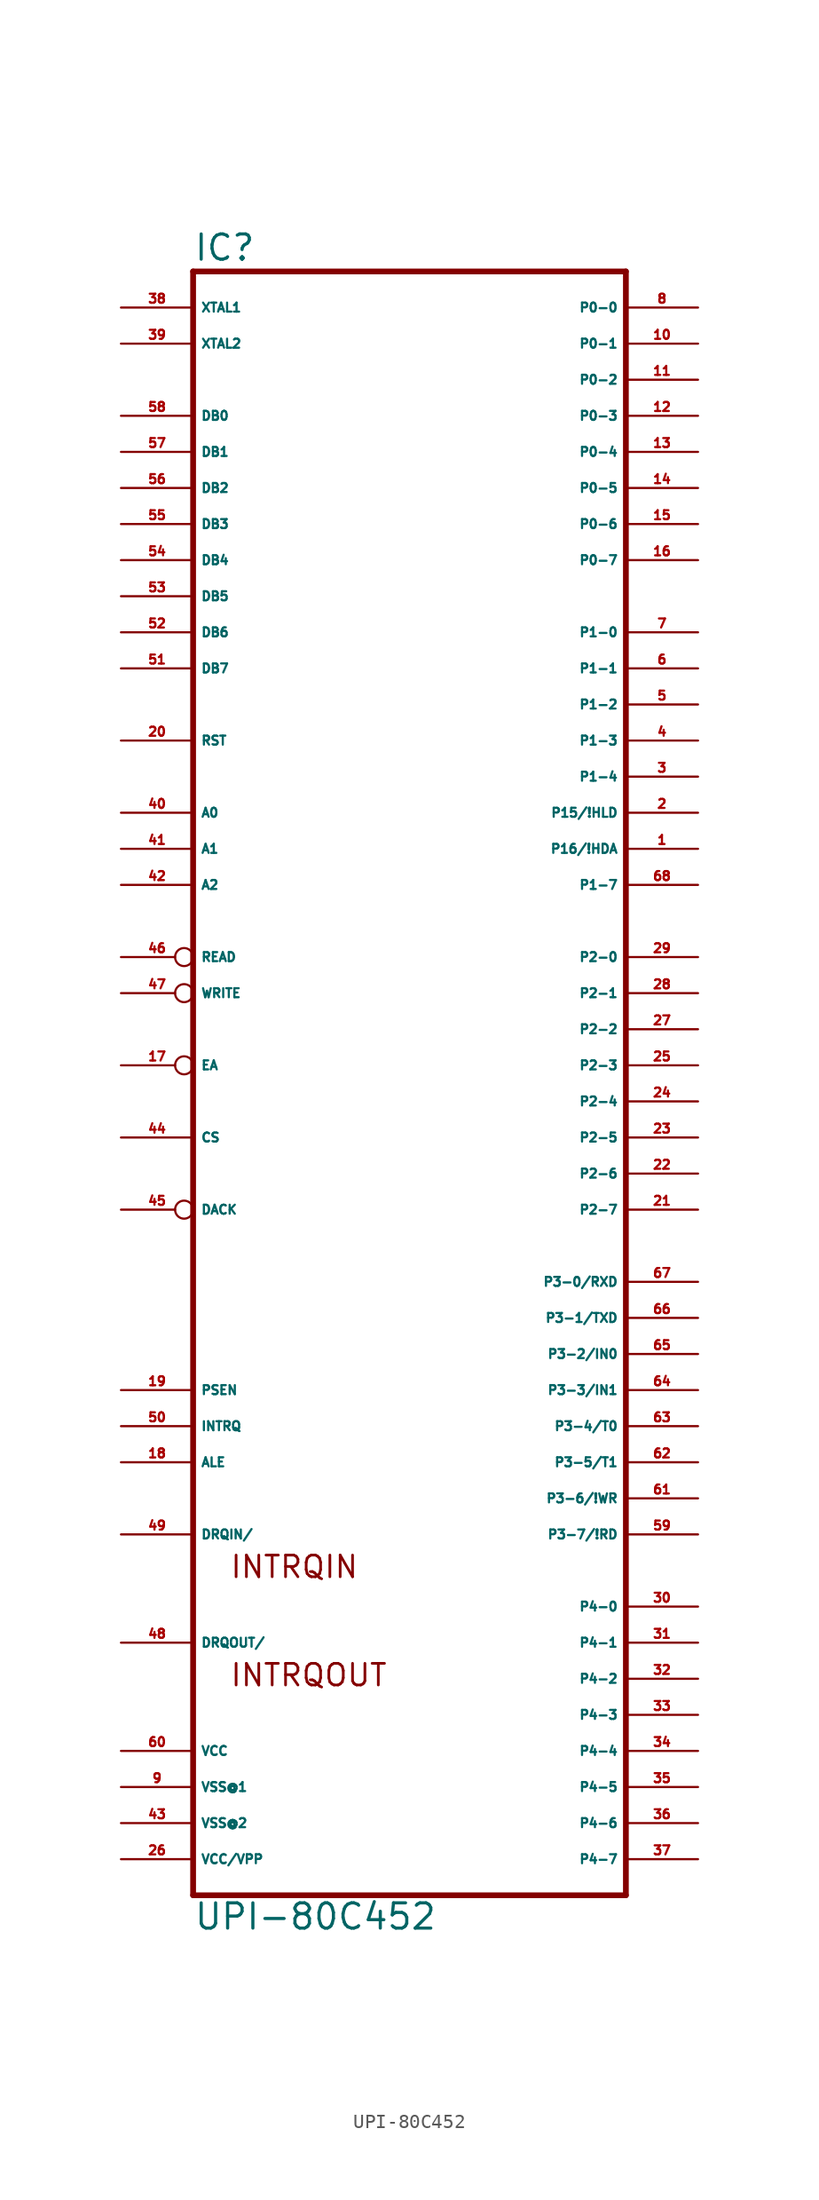
<source format=kicad_sym>
(kicad_symbol_lib
  (version 20220914)
  (generator Eagle2Kicad)
  (symbol "UPI-80C452"
    (property "Reference" "IC"
      (at -15.24 53.975 0)
      (effects (font (size 1.778 1.778) (thickness 0.22)) (justify left bottom)))
    (property "Value" "UPI-80C452"
      (at -15.24 -63.5 0)
      (effects (font (size 1.778 1.778) (thickness 0.22)) (justify left bottom)))
    (polyline
      (pts (xy -15.24 -60.96) (xy 15.24 -60.96))
      (stroke (width 0.406) (type default))
      (fill (type none)))
    (polyline
      (pts (xy 15.24 53.34) (xy 15.24 -60.96))
      (stroke (width 0.406) (type default))
      (fill (type none)))
    (polyline
      (pts (xy 15.24 53.34) (xy -15.24 53.34))
      (stroke (width 0.406) (type default))
      (fill (type none)))
    (polyline
      (pts (xy -15.24 -60.96) (xy -15.24 53.34))
      (stroke (width 0.406) (type default))
      (fill (type none)))
    (text "INTRQIN"
      (at -12.7 -38.735 0)
      (effects (font (size 1.524 1.524) (thickness 0.19)) (justify left bottom)))
    (text "INTRQOUT"
      (at -12.7 -46.355 0)
      (effects (font (size 1.524 1.524) (thickness 0.19)) (justify left bottom)))
    (pin input line
      (at -20.32 50.8 0)
      (length 5.08)
      (name "XTAL1" (effects (font (size 0.635 0.635) (thickness 0.08)) (justify left bottom)))
      (number "38" (effects (font (size 0.635 0.635) (thickness 0.08)) (justify left bottom))))
    (pin output line
      (at -20.32 48.26 0)
      (length 5.08)
      (name "XTAL2" (effects (font (size 0.635 0.635) (thickness 0.08)) (justify left bottom)))
      (number "39" (effects (font (size 0.635 0.635) (thickness 0.08)) (justify left bottom))))
    (pin bidirectional line
      (at -20.32 43.18 0)
      (length 5.08)
      (name "DB0" (effects (font (size 0.635 0.635) (thickness 0.08)) (justify left bottom)))
      (number "58" (effects (font (size 0.635 0.635) (thickness 0.08)) (justify left bottom))))
    (pin bidirectional line
      (at -20.32 40.64 0)
      (length 5.08)
      (name "DB1" (effects (font (size 0.635 0.635) (thickness 0.08)) (justify left bottom)))
      (number "57" (effects (font (size 0.635 0.635) (thickness 0.08)) (justify left bottom))))
    (pin bidirectional line
      (at -20.32 38.1 0)
      (length 5.08)
      (name "DB2" (effects (font (size 0.635 0.635) (thickness 0.08)) (justify left bottom)))
      (number "56" (effects (font (size 0.635 0.635) (thickness 0.08)) (justify left bottom))))
    (pin bidirectional line
      (at -20.32 35.56 0)
      (length 5.08)
      (name "DB3" (effects (font (size 0.635 0.635) (thickness 0.08)) (justify left bottom)))
      (number "55" (effects (font (size 0.635 0.635) (thickness 0.08)) (justify left bottom))))
    (pin bidirectional line
      (at -20.32 33.02 0)
      (length 5.08)
      (name "DB4" (effects (font (size 0.635 0.635) (thickness 0.08)) (justify left bottom)))
      (number "54" (effects (font (size 0.635 0.635) (thickness 0.08)) (justify left bottom))))
    (pin bidirectional line
      (at -20.32 30.48 0)
      (length 5.08)
      (name "DB5" (effects (font (size 0.635 0.635) (thickness 0.08)) (justify left bottom)))
      (number "53" (effects (font (size 0.635 0.635) (thickness 0.08)) (justify left bottom))))
    (pin bidirectional line
      (at -20.32 27.94 0)
      (length 5.08)
      (name "DB6" (effects (font (size 0.635 0.635) (thickness 0.08)) (justify left bottom)))
      (number "52" (effects (font (size 0.635 0.635) (thickness 0.08)) (justify left bottom))))
    (pin bidirectional line
      (at -20.32 25.4 0)
      (length 5.08)
      (name "DB7" (effects (font (size 0.635 0.635) (thickness 0.08)) (justify left bottom)))
      (number "51" (effects (font (size 0.635 0.635) (thickness 0.08)) (justify left bottom))))
    (pin input line
      (at -20.32 20.32 0)
      (length 5.08)
      (name "RST" (effects (font (size 0.635 0.635) (thickness 0.08)) (justify left bottom)))
      (number "20" (effects (font (size 0.635 0.635) (thickness 0.08)) (justify left bottom))))
    (pin input line
      (at -20.32 15.24 0)
      (length 5.08)
      (name "A0" (effects (font (size 0.635 0.635) (thickness 0.08)) (justify left bottom)))
      (number "40" (effects (font (size 0.635 0.635) (thickness 0.08)) (justify left bottom))))
    (pin input line
      (at -20.32 12.7 0)
      (length 5.08)
      (name "A1" (effects (font (size 0.635 0.635) (thickness 0.08)) (justify left bottom)))
      (number "41" (effects (font (size 0.635 0.635) (thickness 0.08)) (justify left bottom))))
    (pin input line
      (at -20.32 10.16 0)
      (length 5.08)
      (name "A2" (effects (font (size 0.635 0.635) (thickness 0.08)) (justify left bottom)))
      (number "42" (effects (font (size 0.635 0.635) (thickness 0.08)) (justify left bottom))))
    (pin input inverted
      (at -20.32 5.08 0)
      (length 5.08)
      (name "READ" (effects (font (size 0.635 0.635) (thickness 0.08)) (justify left bottom)))
      (number "46" (effects (font (size 0.635 0.635) (thickness 0.08)) (justify left bottom))))
    (pin input inverted
      (at -20.32 2.54 0)
      (length 5.08)
      (name "WRITE" (effects (font (size 0.635 0.635) (thickness 0.08)) (justify left bottom)))
      (number "47" (effects (font (size 0.635 0.635) (thickness 0.08)) (justify left bottom))))
    (pin input inverted
      (at -20.32 -2.54 0)
      (length 5.08)
      (name "EA" (effects (font (size 0.635 0.635) (thickness 0.08)) (justify left bottom)))
      (number "17" (effects (font (size 0.635 0.635) (thickness 0.08)) (justify left bottom))))
    (pin input line
      (at -20.32 -7.62 0)
      (length 5.08)
      (name "CS" (effects (font (size 0.635 0.635) (thickness 0.08)) (justify left bottom)))
      (number "44" (effects (font (size 0.635 0.635) (thickness 0.08)) (justify left bottom))))
    (pin bidirectional line
      (at 20.32 50.8 180)
      (length 5.08)
      (name "P0-0" (effects (font (size 0.635 0.635) (thickness 0.08)) (justify left bottom)))
      (number "8" (effects (font (size 0.635 0.635) (thickness 0.08)) (justify left bottom))))
    (pin bidirectional line
      (at 20.32 48.26 180)
      (length 5.08)
      (name "P0-1" (effects (font (size 0.635 0.635) (thickness 0.08)) (justify left bottom)))
      (number "10" (effects (font (size 0.635 0.635) (thickness 0.08)) (justify left bottom))))
    (pin bidirectional line
      (at 20.32 45.72 180)
      (length 5.08)
      (name "P0-2" (effects (font (size 0.635 0.635) (thickness 0.08)) (justify left bottom)))
      (number "11" (effects (font (size 0.635 0.635) (thickness 0.08)) (justify left bottom))))
    (pin bidirectional line
      (at 20.32 43.18 180)
      (length 5.08)
      (name "P0-3" (effects (font (size 0.635 0.635) (thickness 0.08)) (justify left bottom)))
      (number "12" (effects (font (size 0.635 0.635) (thickness 0.08)) (justify left bottom))))
    (pin bidirectional line
      (at 20.32 40.64 180)
      (length 5.08)
      (name "P0-4" (effects (font (size 0.635 0.635) (thickness 0.08)) (justify left bottom)))
      (number "13" (effects (font (size 0.635 0.635) (thickness 0.08)) (justify left bottom))))
    (pin bidirectional line
      (at 20.32 38.1 180)
      (length 5.08)
      (name "P0-5" (effects (font (size 0.635 0.635) (thickness 0.08)) (justify left bottom)))
      (number "14" (effects (font (size 0.635 0.635) (thickness 0.08)) (justify left bottom))))
    (pin bidirectional line
      (at 20.32 35.56 180)
      (length 5.08)
      (name "P0-6" (effects (font (size 0.635 0.635) (thickness 0.08)) (justify left bottom)))
      (number "15" (effects (font (size 0.635 0.635) (thickness 0.08)) (justify left bottom))))
    (pin bidirectional line
      (at 20.32 33.02 180)
      (length 5.08)
      (name "P0-7" (effects (font (size 0.635 0.635) (thickness 0.08)) (justify left bottom)))
      (number "16" (effects (font (size 0.635 0.635) (thickness 0.08)) (justify left bottom))))
    (pin bidirectional line
      (at 20.32 27.94 180)
      (length 5.08)
      (name "P1-0" (effects (font (size 0.635 0.635) (thickness 0.08)) (justify left bottom)))
      (number "7" (effects (font (size 0.635 0.635) (thickness 0.08)) (justify left bottom))))
    (pin bidirectional line
      (at 20.32 25.4 180)
      (length 5.08)
      (name "P1-1" (effects (font (size 0.635 0.635) (thickness 0.08)) (justify left bottom)))
      (number "6" (effects (font (size 0.635 0.635) (thickness 0.08)) (justify left bottom))))
    (pin bidirectional line
      (at 20.32 22.86 180)
      (length 5.08)
      (name "P1-2" (effects (font (size 0.635 0.635) (thickness 0.08)) (justify left bottom)))
      (number "5" (effects (font (size 0.635 0.635) (thickness 0.08)) (justify left bottom))))
    (pin bidirectional line
      (at 20.32 20.32 180)
      (length 5.08)
      (name "P1-3" (effects (font (size 0.635 0.635) (thickness 0.08)) (justify left bottom)))
      (number "4" (effects (font (size 0.635 0.635) (thickness 0.08)) (justify left bottom))))
    (pin bidirectional line
      (at 20.32 17.78 180)
      (length 5.08)
      (name "P1-4" (effects (font (size 0.635 0.635) (thickness 0.08)) (justify left bottom)))
      (number "3" (effects (font (size 0.635 0.635) (thickness 0.08)) (justify left bottom))))
    (pin bidirectional line
      (at 20.32 15.24 180)
      (length 5.08)
      (name "P15/!HLD" (effects (font (size 0.635 0.635) (thickness 0.08)) (justify left bottom)))
      (number "2" (effects (font (size 0.635 0.635) (thickness 0.08)) (justify left bottom))))
    (pin bidirectional line
      (at 20.32 12.7 180)
      (length 5.08)
      (name "P16/!HDA" (effects (font (size 0.635 0.635) (thickness 0.08)) (justify left bottom)))
      (number "1" (effects (font (size 0.635 0.635) (thickness 0.08)) (justify left bottom))))
    (pin bidirectional line
      (at 20.32 10.16 180)
      (length 5.08)
      (name "P1-7" (effects (font (size 0.635 0.635) (thickness 0.08)) (justify left bottom)))
      (number "68" (effects (font (size 0.635 0.635) (thickness 0.08)) (justify left bottom))))
    (pin bidirectional line
      (at 20.32 5.08 180)
      (length 5.08)
      (name "P2-0" (effects (font (size 0.635 0.635) (thickness 0.08)) (justify left bottom)))
      (number "29" (effects (font (size 0.635 0.635) (thickness 0.08)) (justify left bottom))))
    (pin bidirectional line
      (at 20.32 2.54 180)
      (length 5.08)
      (name "P2-1" (effects (font (size 0.635 0.635) (thickness 0.08)) (justify left bottom)))
      (number "28" (effects (font (size 0.635 0.635) (thickness 0.08)) (justify left bottom))))
    (pin bidirectional line
      (at 20.32 0 180)
      (length 5.08)
      (name "P2-2" (effects (font (size 0.635 0.635) (thickness 0.08)) (justify left bottom)))
      (number "27" (effects (font (size 0.635 0.635) (thickness 0.08)) (justify left bottom))))
    (pin bidirectional line
      (at 20.32 -2.54 180)
      (length 5.08)
      (name "P2-3" (effects (font (size 0.635 0.635) (thickness 0.08)) (justify left bottom)))
      (number "25" (effects (font (size 0.635 0.635) (thickness 0.08)) (justify left bottom))))
    (pin bidirectional line
      (at 20.32 -5.08 180)
      (length 5.08)
      (name "P2-4" (effects (font (size 0.635 0.635) (thickness 0.08)) (justify left bottom)))
      (number "24" (effects (font (size 0.635 0.635) (thickness 0.08)) (justify left bottom))))
    (pin bidirectional line
      (at 20.32 -7.62 180)
      (length 5.08)
      (name "P2-5" (effects (font (size 0.635 0.635) (thickness 0.08)) (justify left bottom)))
      (number "23" (effects (font (size 0.635 0.635) (thickness 0.08)) (justify left bottom))))
    (pin bidirectional line
      (at 20.32 -10.16 180)
      (length 5.08)
      (name "P2-6" (effects (font (size 0.635 0.635) (thickness 0.08)) (justify left bottom)))
      (number "22" (effects (font (size 0.635 0.635) (thickness 0.08)) (justify left bottom))))
    (pin bidirectional line
      (at 20.32 -12.7 180)
      (length 5.08)
      (name "P2-7" (effects (font (size 0.635 0.635) (thickness 0.08)) (justify left bottom)))
      (number "21" (effects (font (size 0.635 0.635) (thickness 0.08)) (justify left bottom))))
    (pin bidirectional line
      (at 20.32 -17.78 180)
      (length 5.08)
      (name "P3-0/RXD" (effects (font (size 0.635 0.635) (thickness 0.08)) (justify left bottom)))
      (number "67" (effects (font (size 0.635 0.635) (thickness 0.08)) (justify left bottom))))
    (pin bidirectional line
      (at 20.32 -20.32 180)
      (length 5.08)
      (name "P3-1/TXD" (effects (font (size 0.635 0.635) (thickness 0.08)) (justify left bottom)))
      (number "66" (effects (font (size 0.635 0.635) (thickness 0.08)) (justify left bottom))))
    (pin bidirectional line
      (at 20.32 -22.86 180)
      (length 5.08)
      (name "P3-2/IN0" (effects (font (size 0.635 0.635) (thickness 0.08)) (justify left bottom)))
      (number "65" (effects (font (size 0.635 0.635) (thickness 0.08)) (justify left bottom))))
    (pin bidirectional line
      (at 20.32 -25.4 180)
      (length 5.08)
      (name "P3-3/IN1" (effects (font (size 0.635 0.635) (thickness 0.08)) (justify left bottom)))
      (number "64" (effects (font (size 0.635 0.635) (thickness 0.08)) (justify left bottom))))
    (pin bidirectional line
      (at 20.32 -27.94 180)
      (length 5.08)
      (name "P3-4/T0" (effects (font (size 0.635 0.635) (thickness 0.08)) (justify left bottom)))
      (number "63" (effects (font (size 0.635 0.635) (thickness 0.08)) (justify left bottom))))
    (pin bidirectional line
      (at 20.32 -30.48 180)
      (length 5.08)
      (name "P3-5/T1" (effects (font (size 0.635 0.635) (thickness 0.08)) (justify left bottom)))
      (number "62" (effects (font (size 0.635 0.635) (thickness 0.08)) (justify left bottom))))
    (pin bidirectional line
      (at 20.32 -33.02 180)
      (length 5.08)
      (name "P3-6/!WR" (effects (font (size 0.635 0.635) (thickness 0.08)) (justify left bottom)))
      (number "61" (effects (font (size 0.635 0.635) (thickness 0.08)) (justify left bottom))))
    (pin bidirectional line
      (at 20.32 -35.56 180)
      (length 5.08)
      (name "P3-7/!RD" (effects (font (size 0.635 0.635) (thickness 0.08)) (justify left bottom)))
      (number "59" (effects (font (size 0.635 0.635) (thickness 0.08)) (justify left bottom))))
    (pin bidirectional line
      (at 20.32 -40.64 180)
      (length 5.08)
      (name "P4-0" (effects (font (size 0.635 0.635) (thickness 0.08)) (justify left bottom)))
      (number "30" (effects (font (size 0.635 0.635) (thickness 0.08)) (justify left bottom))))
    (pin bidirectional line
      (at 20.32 -43.18 180)
      (length 5.08)
      (name "P4-1" (effects (font (size 0.635 0.635) (thickness 0.08)) (justify left bottom)))
      (number "31" (effects (font (size 0.635 0.635) (thickness 0.08)) (justify left bottom))))
    (pin bidirectional line
      (at 20.32 -45.72 180)
      (length 5.08)
      (name "P4-2" (effects (font (size 0.635 0.635) (thickness 0.08)) (justify left bottom)))
      (number "32" (effects (font (size 0.635 0.635) (thickness 0.08)) (justify left bottom))))
    (pin bidirectional line
      (at 20.32 -48.26 180)
      (length 5.08)
      (name "P4-3" (effects (font (size 0.635 0.635) (thickness 0.08)) (justify left bottom)))
      (number "33" (effects (font (size 0.635 0.635) (thickness 0.08)) (justify left bottom))))
    (pin bidirectional line
      (at 20.32 -50.8 180)
      (length 5.08)
      (name "P4-4" (effects (font (size 0.635 0.635) (thickness 0.08)) (justify left bottom)))
      (number "34" (effects (font (size 0.635 0.635) (thickness 0.08)) (justify left bottom))))
    (pin bidirectional line
      (at 20.32 -53.34 180)
      (length 5.08)
      (name "P4-5" (effects (font (size 0.635 0.635) (thickness 0.08)) (justify left bottom)))
      (number "35" (effects (font (size 0.635 0.635) (thickness 0.08)) (justify left bottom))))
    (pin bidirectional line
      (at 20.32 -55.88 180)
      (length 5.08)
      (name "P4-6" (effects (font (size 0.635 0.635) (thickness 0.08)) (justify left bottom)))
      (number "36" (effects (font (size 0.635 0.635) (thickness 0.08)) (justify left bottom))))
    (pin bidirectional line
      (at 20.32 -58.42 180)
      (length 5.08)
      (name "P4-7" (effects (font (size 0.635 0.635) (thickness 0.08)) (justify left bottom)))
      (number "37" (effects (font (size 0.635 0.635) (thickness 0.08)) (justify left bottom))))
    (pin output line
      (at -20.32 -30.48 0)
      (length 5.08)
      (name "ALE" (effects (font (size 0.635 0.635) (thickness 0.08)) (justify left bottom)))
      (number "18" (effects (font (size 0.635 0.635) (thickness 0.08)) (justify left bottom))))
    (pin unspecified line
      (at -20.32 -50.8 0)
      (length 5.08)
      (name "VCC" (effects (font (size 0.635 0.635) (thickness 0.08)) (justify left bottom)))
      (number "60" (effects (font (size 0.635 0.635) (thickness 0.08)) (justify left bottom))))
    (pin unspecified line
      (at -20.32 -55.88 0)
      (length 5.08)
      (name "VSS@2" (effects (font (size 0.635 0.635) (thickness 0.08)) (justify left bottom)))
      (number "43" (effects (font (size 0.635 0.635) (thickness 0.08)) (justify left bottom))))
    (pin unspecified line
      (at -20.32 -58.42 0)
      (length 5.08)
      (name "VCC/VPP" (effects (font (size 0.635 0.635) (thickness 0.08)) (justify left bottom)))
      (number "26" (effects (font (size 0.635 0.635) (thickness 0.08)) (justify left bottom))))
    (pin input inverted
      (at -20.32 -12.7 0)
      (length 5.08)
      (name "DACK" (effects (font (size 0.635 0.635) (thickness 0.08)) (justify left bottom)))
      (number "45" (effects (font (size 0.635 0.635) (thickness 0.08)) (justify left bottom))))
    (pin output line
      (at -20.32 -35.56 0)
      (length 5.08)
      (name "DRQIN/" (effects (font (size 0.635 0.635) (thickness 0.08)) (justify left bottom)))
      (number "49" (effects (font (size 0.635 0.635) (thickness 0.08)) (justify left bottom))))
    (pin output line
      (at -20.32 -43.18 0)
      (length 5.08)
      (name "DRQOUT/" (effects (font (size 0.635 0.635) (thickness 0.08)) (justify left bottom)))
      (number "48" (effects (font (size 0.635 0.635) (thickness 0.08)) (justify left bottom))))
    (pin output line
      (at -20.32 -27.94 0)
      (length 5.08)
      (name "INTRQ" (effects (font (size 0.635 0.635) (thickness 0.08)) (justify left bottom)))
      (number "50" (effects (font (size 0.635 0.635) (thickness 0.08)) (justify left bottom))))
    (pin output line
      (at -20.32 -25.4 0)
      (length 5.08)
      (name "PSEN" (effects (font (size 0.635 0.635) (thickness 0.08)) (justify left bottom)))
      (number "19" (effects (font (size 0.635 0.635) (thickness 0.08)) (justify left bottom))))
    (pin unspecified line
      (at -20.32 -53.34 0)
      (length 5.08)
      (name "VSS@1" (effects (font (size 0.635 0.635) (thickness 0.08)) (justify left bottom)))
      (number "9" (effects (font (size 0.635 0.635) (thickness 0.08)) (justify left bottom))))))
</source>
